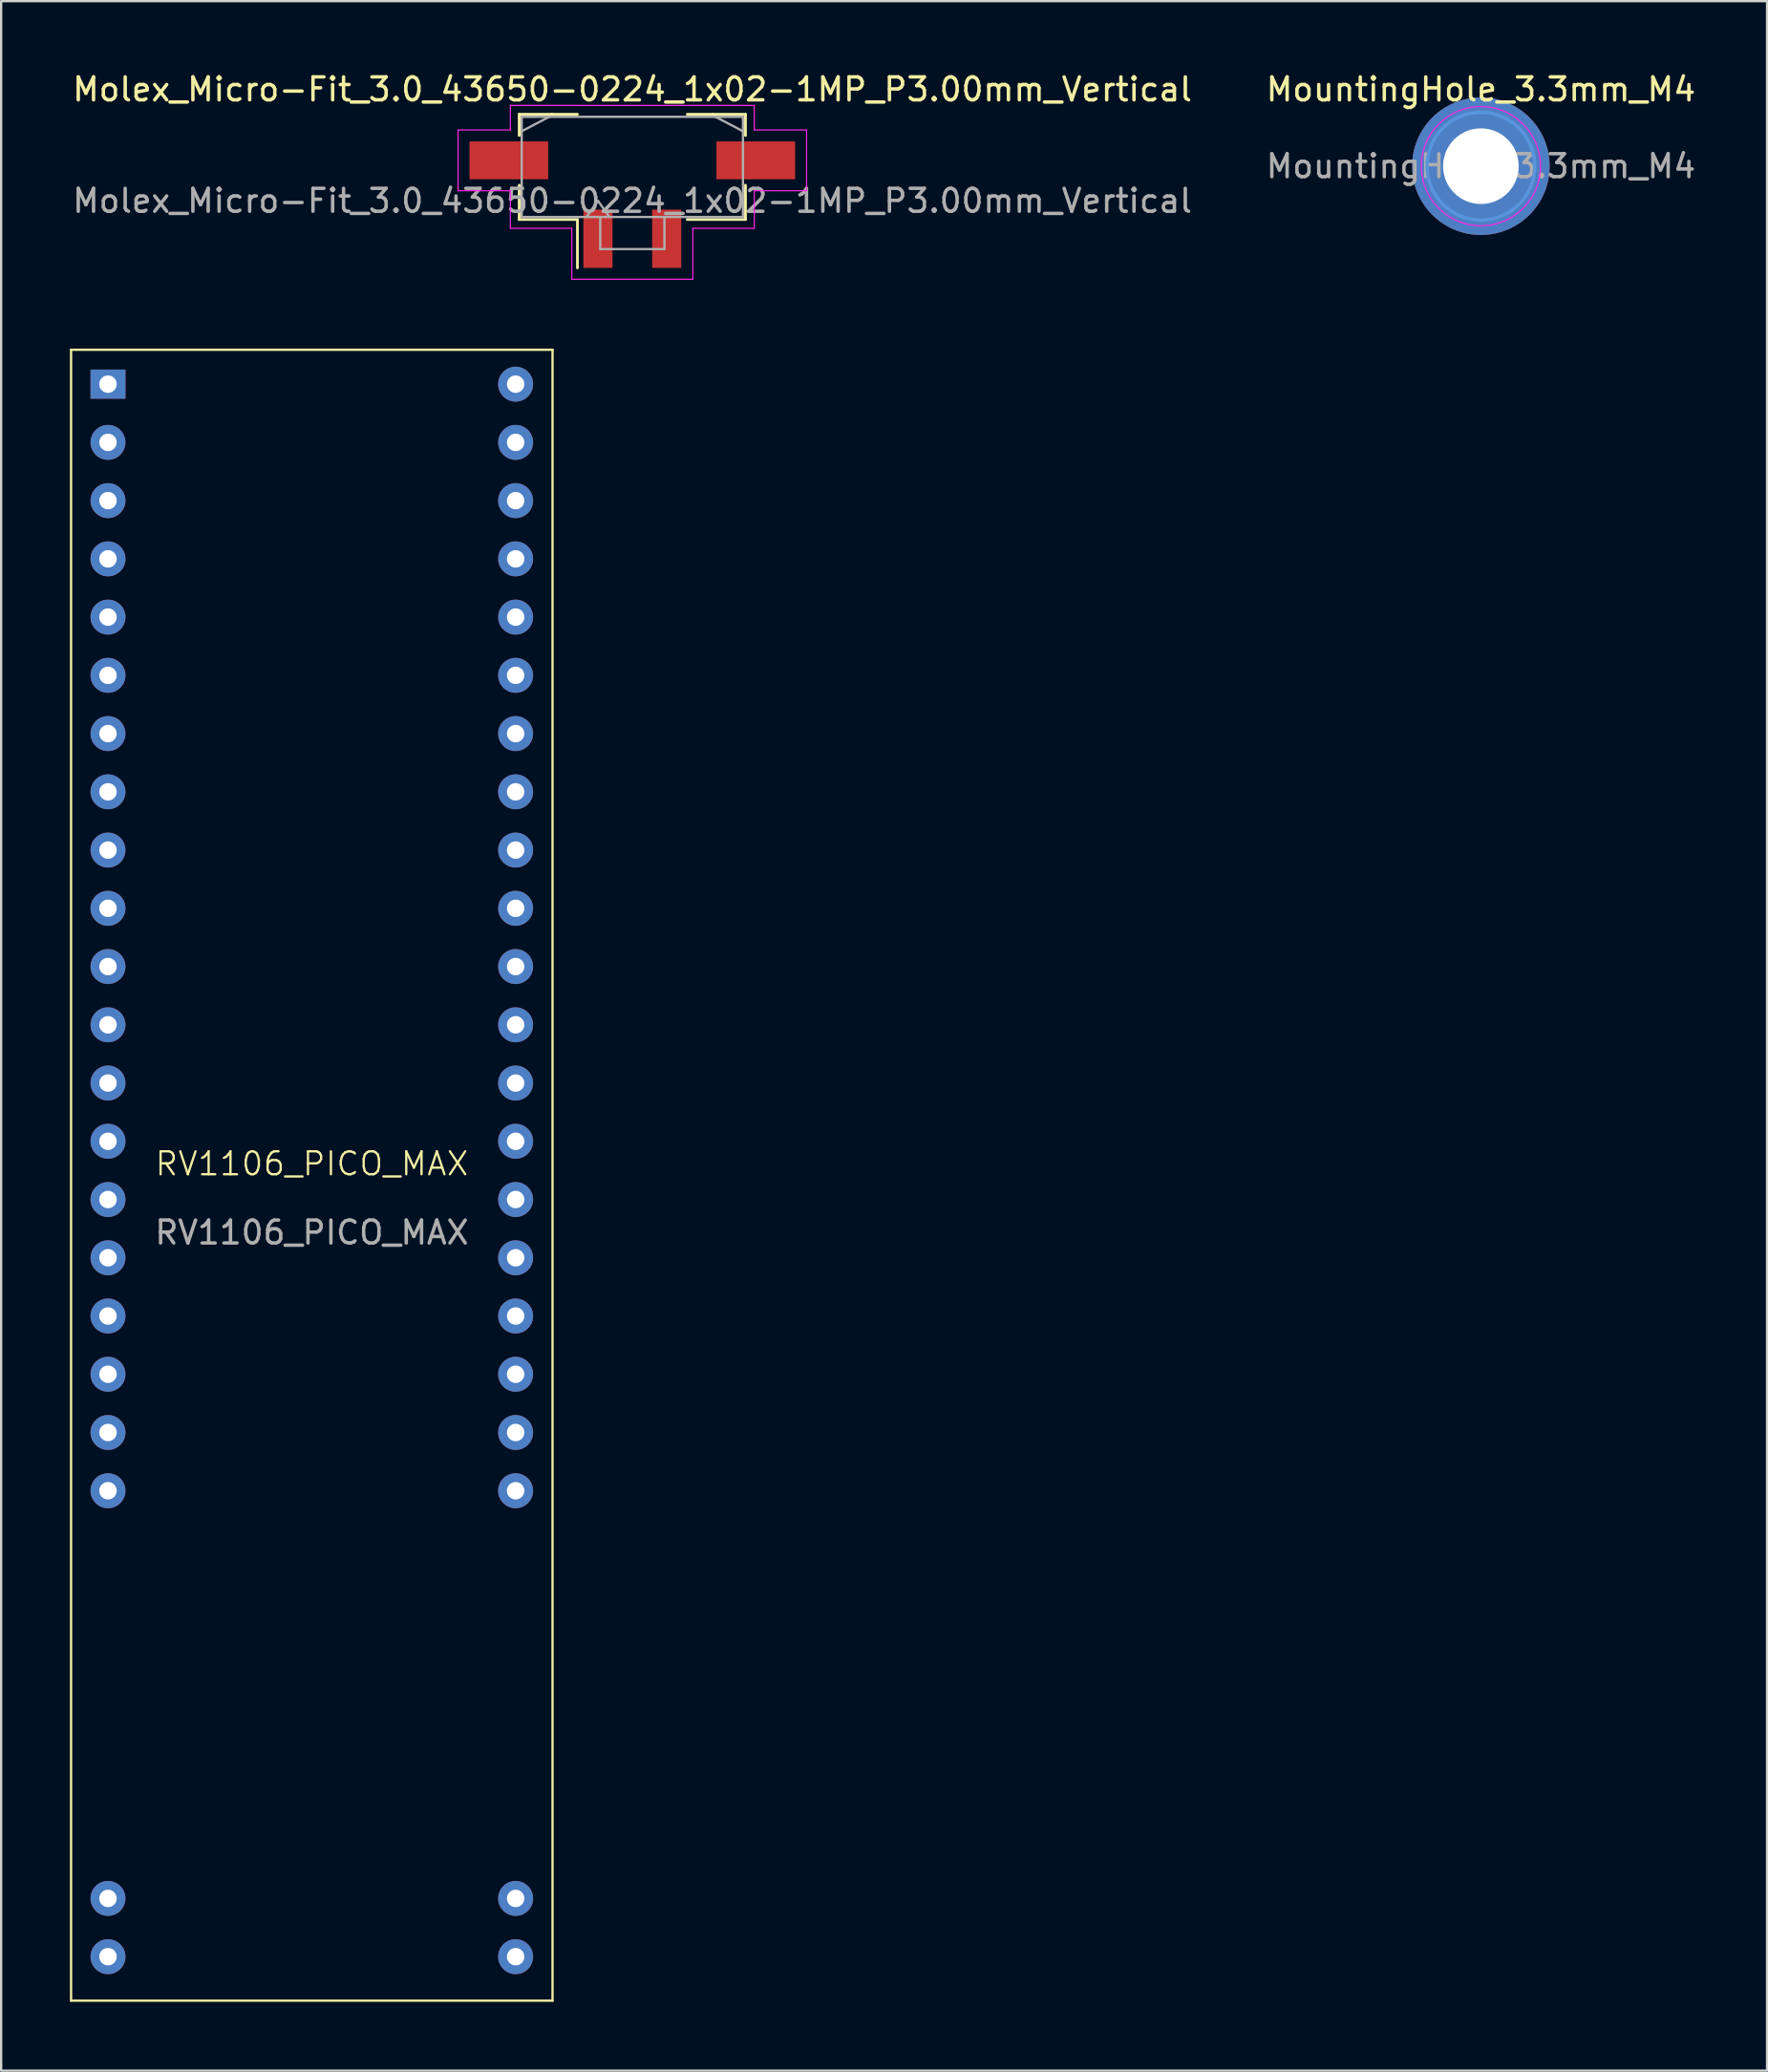
<source format=kicad_pcb>
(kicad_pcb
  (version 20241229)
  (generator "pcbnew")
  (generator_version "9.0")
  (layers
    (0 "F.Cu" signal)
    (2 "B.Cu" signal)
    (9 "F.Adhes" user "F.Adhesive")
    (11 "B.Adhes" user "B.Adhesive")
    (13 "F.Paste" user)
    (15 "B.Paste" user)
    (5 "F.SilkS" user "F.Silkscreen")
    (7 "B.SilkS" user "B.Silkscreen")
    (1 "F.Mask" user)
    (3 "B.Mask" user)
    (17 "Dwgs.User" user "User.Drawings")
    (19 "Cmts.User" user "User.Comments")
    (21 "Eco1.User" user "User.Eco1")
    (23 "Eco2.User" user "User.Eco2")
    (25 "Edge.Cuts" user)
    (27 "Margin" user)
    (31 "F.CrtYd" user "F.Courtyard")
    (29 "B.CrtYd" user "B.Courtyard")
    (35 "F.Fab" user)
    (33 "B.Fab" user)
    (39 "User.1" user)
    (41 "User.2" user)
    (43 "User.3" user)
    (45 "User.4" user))
  (footprint "Molex_Micro-Fit_3.0_43650-0224_1x02-1MP_P3.00mm_Vertical"
    (layer "F.Cu")
    (at 24.53 4.228)
    (property "Reference" "Molex_Micro-Fit_3.0_43650-0224_1x02-1MP_P3.00mm_Vertical" (at 0 -3.38 0) (layer "F.SilkS") (effects (font (size 1 1) (thickness 0.15))))
    (attr smd)
    (fp_line (start -4.935 -2.295) (end -3.515 -2.295) (stroke (width 0.12) (type solid)) (layer "F.SilkS"))
    (fp_line (start -4.935 -1.37) (end -4.935 -2.295) (stroke (width 0.12) (type solid)) (layer "F.SilkS"))
    (fp_line (start -4.935 0.8) (end -4.935 2.295) (stroke (width 0.12) (type solid)) (layer "F.SilkS"))
    (fp_line (start -4.935 2.295) (end -2.395 2.295) (stroke (width 0.12) (type solid)) (layer "F.SilkS"))
    (fp_line (start -3.515 -2.295) (end -3.515 -2.295) (stroke (width 0.12) (type solid)) (layer "F.SilkS"))
    (fp_line (start -3.515 -2.295) (end -2.395 -2.295) (stroke (width 0.12) (type solid)) (layer "F.SilkS"))
    (fp_line (start -2.395 2.295) (end -2.395 4.405) (stroke (width 0.12) (type solid)) (layer "F.SilkS"))
    (fp_line (start 3.515 -2.295) (end 2.395 -2.295) (stroke (width 0.12) (type solid)) (layer "F.SilkS"))
    (fp_line (start 3.515 -2.295) (end 3.515 -2.295) (stroke (width 0.12) (type solid)) (layer "F.SilkS"))
    (fp_line (start 4.935 -2.295) (end 3.515 -2.295) (stroke (width 0.12) (type solid)) (layer "F.SilkS"))
    (fp_line (start 4.935 -1.37) (end 4.935 -2.295) (stroke (width 0.12) (type solid)) (layer "F.SilkS"))
    (fp_line (start 4.935 0.8) (end 4.935 2.295) (stroke (width 0.12) (type solid)) (layer "F.SilkS"))
    (fp_line (start 4.935 2.295) (end 2.395 2.295) (stroke (width 0.12) (type solid)) (layer "F.SilkS"))
    (fp_line (start -7.6 -1.61) (end -7.6 1.04) (stroke (width 0.05) (type solid)) (layer "F.CrtYd"))
    (fp_line (start -7.6 1.04) (end -5.32 1.04) (stroke (width 0.05) (type solid)) (layer "F.CrtYd"))
    (fp_line (start -5.32 -2.68) (end -5.32 -1.61) (stroke (width 0.05) (type solid)) (layer "F.CrtYd"))
    (fp_line (start -5.32 -1.61) (end -7.6 -1.61) (stroke (width 0.05) (type solid)) (layer "F.CrtYd"))
    (fp_line (start -5.32 1.04) (end -5.32 2.68) (stroke (width 0.05) (type solid)) (layer "F.CrtYd"))
    (fp_line (start -5.32 2.68) (end -2.64 2.68) (stroke (width 0.05) (type solid)) (layer "F.CrtYd"))
    (fp_line (start -2.64 -2.68) (end -5.32 -2.68) (stroke (width 0.05) (type solid)) (layer "F.CrtYd"))
    (fp_line (start -2.64 2.68) (end -2.64 4.9) (stroke (width 0.05) (type solid)) (layer "F.CrtYd"))
    (fp_line (start -2.64 4.9) (end 0 4.9) (stroke (width 0.05) (type solid)) (layer "F.CrtYd"))
    (fp_line (start 0 -2.68) (end -2.64 -2.68) (stroke (width 0.05) (type solid)) (layer "F.CrtYd"))
    (fp_line (start 0 -2.68) (end 2.64 -2.68) (stroke (width 0.05) (type solid)) (layer "F.CrtYd"))
    (fp_line (start 2.64 -2.68) (end 5.32 -2.68) (stroke (width 0.05) (type solid)) (layer "F.CrtYd"))
    (fp_line (start 2.64 2.68) (end 2.64 4.9) (stroke (width 0.05) (type solid)) (layer "F.CrtYd"))
    (fp_line (start 2.64 4.9) (end 0 4.9) (stroke (width 0.05) (type solid)) (layer "F.CrtYd"))
    (fp_line (start 5.32 -2.68) (end 5.32 -1.61) (stroke (width 0.05) (type solid)) (layer "F.CrtYd"))
    (fp_line (start 5.32 -1.61) (end 7.6 -1.61) (stroke (width 0.05) (type solid)) (layer "F.CrtYd"))
    (fp_line (start 5.32 1.04) (end 5.32 2.68) (stroke (width 0.05) (type solid)) (layer "F.CrtYd"))
    (fp_line (start 5.32 2.68) (end 2.64 2.68) (stroke (width 0.05) (type solid)) (layer "F.CrtYd"))
    (fp_line (start 7.6 -1.61) (end 7.6 1.04) (stroke (width 0.05) (type solid)) (layer "F.CrtYd"))
    (fp_line (start 7.6 1.04) (end 5.32 1.04) (stroke (width 0.05) (type solid)) (layer "F.CrtYd"))
    (fp_line (start -4.825 -2.185) (end -4.825 2.185) (stroke (width 0.1) (type solid)) (layer "F.Fab"))
    (fp_line (start -4.825 -1.555) (end -3.625 -2.185) (stroke (width 0.1) (type solid)) (layer "F.Fab"))
    (fp_line (start -4.825 2.185) (end 4.825 2.185) (stroke (width 0.1) (type solid)) (layer "F.Fab"))
    (fp_line (start -3.625 -2.185) (end -4.825 -2.185) (stroke (width 0.1) (type solid)) (layer "F.Fab"))
    (fp_line (start -3.625 -2.185) (end -3.625 -2.185) (stroke (width 0.1) (type solid)) (layer "F.Fab"))
    (fp_line (start -2 2.185) (end -1.5 1.478) (stroke (width 0.1) (type solid)) (layer "F.Fab"))
    (fp_line (start -1.5 1.478) (end -1 2.185) (stroke (width 0.1) (type solid)) (layer "F.Fab"))
    (fp_line (start -1.4 2.185) (end -1.4 3.585) (stroke (width 0.1) (type solid)) (layer "F.Fab"))
    (fp_line (start -1.4 3.585) (end 1.4 3.585) (stroke (width 0.1) (type solid)) (layer "F.Fab"))
    (fp_line (start 1.4 3.585) (end 1.4 2.185) (stroke (width 0.1) (type solid)) (layer "F.Fab"))
    (fp_line (start 3.625 -2.185) (end -3.625 -2.185) (stroke (width 0.1) (type solid)) (layer "F.Fab"))
    (fp_line (start 3.625 -2.185) (end 3.625 -2.185) (stroke (width 0.1) (type solid)) (layer "F.Fab"))
    (fp_line (start 4.825 -2.185) (end 3.625 -2.185) (stroke (width 0.1) (type solid)) (layer "F.Fab"))
    (fp_line (start 4.825 -1.555) (end 3.625 -2.185) (stroke (width 0.1) (type solid)) (layer "F.Fab"))
    (fp_line (start 4.825 2.185) (end 4.825 -2.185) (stroke (width 0.1) (type solid)) (layer "F.Fab"))
    (fp_text user "${REFERENCE}" (at 0 1.48 0) (layer "F.Fab") (effects (font (size 1 1) (thickness 0.15))))
    (pad "1" smd rect (at -1.5 3.135) (size 1.27 2.54) (layers "F.Cu" "F.Mask" "F.Paste"))
    (pad "2" smd rect (at 1.5 3.135) (size 1.27 2.54) (layers "F.Cu" "F.Mask" "F.Paste"))
    (pad "MP1" smd rect (at -5.385 -0.285) (size 3.43 1.65) (layers "F.Cu" "F.Mask" "F.Paste"))
    (pad "MP2" smd rect (at 5.385 -0.285) (size 3.43 1.65) (layers "F.Cu" "F.Mask" "F.Paste")))
  (footprint "RV1106_PICO_MAX"
    (layer "F.Cu")
    (at 10.55 48.203)
    (property "Reference" "RV1106_PICO_MAX" (at 0 -0.5 0) (unlocked yes) (layer "F.SilkS") (effects (font (size 1 1) (thickness 0.1))))
    (attr smd)
    (fp_line (start -10.5 -36) (end 10.5 -36) (stroke (width 0.1) (type default)) (layer "F.SilkS"))
    (fp_line (start -10.5 36) (end -10.5 -36) (stroke (width 0.1) (type default)) (layer "F.SilkS"))
    (fp_line (start 10.5 -36) (end 10.5 36) (stroke (width 0.1) (type default)) (layer "F.SilkS"))
    (fp_line (start 10.5 36) (end -10.5 36) (stroke (width 0.1) (type default)) (layer "F.SilkS"))
    (fp_text user "${REFERENCE}" (at 0 2.5 0) (unlocked yes) (layer "F.Fab") (effects (font (size 1 1) (thickness 0.15))))
    (pad "" thru_hole circle (at -8.89 31.54) (size 1.524 1.524) (drill 0.762) (layers "*.Cu" "*.Mask"))
    (pad "" thru_hole circle (at -8.89 34.08) (size 1.524 1.524) (drill 0.762) (layers "*.Cu" "*.Mask"))
    (pad "" thru_hole circle (at 8.89 31.54) (size 1.524 1.524) (drill 0.762) (layers "*.Cu" "*.Mask"))
    (pad "" thru_hole circle (at 8.89 34.08) (size 1.524 1.524) (drill 0.762) (layers "*.Cu" "*.Mask"))
    (pad "1" thru_hole rect (at -8.89 -34.5) (size 1.524 1.27) (drill 0.762) (layers "*.Cu" "*.Mask"))
    (pad "2" thru_hole circle (at -8.89 -31.96) (size 1.524 1.524) (drill 0.762) (layers "*.Cu" "*.Mask"))
    (pad "3" thru_hole circle (at -8.89 -29.42) (size 1.524 1.524) (drill 0.762) (layers "*.Cu" "*.Mask"))
    (pad "4" thru_hole circle (at -8.89 -26.88) (size 1.524 1.524) (drill 0.762) (layers "*.Cu" "*.Mask"))
    (pad "5" thru_hole circle (at -8.89 -24.34) (size 1.524 1.524) (drill 0.762) (layers "*.Cu" "*.Mask"))
    (pad "6" thru_hole circle (at -8.89 -21.8) (size 1.524 1.524) (drill 0.762) (layers "*.Cu" "*.Mask"))
    (pad "7" thru_hole circle (at -8.89 -19.26) (size 1.524 1.524) (drill 0.762) (layers "*.Cu" "*.Mask"))
    (pad "8" thru_hole circle (at -8.89 -16.72) (size 1.524 1.524) (drill 0.762) (layers "*.Cu" "*.Mask"))
    (pad "9" thru_hole circle (at -8.89 -14.18) (size 1.524 1.524) (drill 0.762) (layers "*.Cu" "*.Mask"))
    (pad "10" thru_hole circle (at -8.89 -11.64) (size 1.524 1.524) (drill 0.762) (layers "*.Cu" "*.Mask"))
    (pad "11" thru_hole circle (at -8.89 -9.1) (size 1.524 1.524) (drill 0.762) (layers "*.Cu" "*.Mask"))
    (pad "12" thru_hole circle (at -8.89 -6.56) (size 1.524 1.524) (drill 0.762) (layers "*.Cu" "*.Mask"))
    (pad "13" thru_hole circle (at -8.89 -4.02) (size 1.524 1.524) (drill 0.762) (layers "*.Cu" "*.Mask"))
    (pad "14" thru_hole circle (at -8.89 -1.48) (size 1.524 1.524) (drill 0.762) (layers "*.Cu" "*.Mask"))
    (pad "15" thru_hole circle (at -8.89 1.06) (size 1.524 1.524) (drill 0.762) (layers "*.Cu" "*.Mask"))
    (pad "16" thru_hole circle (at -8.89 3.6) (size 1.524 1.524) (drill 0.762) (layers "*.Cu" "*.Mask"))
    (pad "17" thru_hole circle (at -8.89 6.14) (size 1.524 1.524) (drill 0.762) (layers "*.Cu" "*.Mask"))
    (pad "18" thru_hole circle (at -8.89 8.68) (size 1.524 1.524) (drill 0.762) (layers "*.Cu" "*.Mask"))
    (pad "19" thru_hole circle (at -8.89 11.22) (size 1.524 1.524) (drill 0.762) (layers "*.Cu" "*.Mask"))
    (pad "20" thru_hole circle (at -8.89 13.76) (size 1.524 1.524) (drill 0.762) (layers "*.Cu" "*.Mask"))
    (pad "21" thru_hole circle (at 8.89 13.76) (size 1.524 1.524) (drill 0.762) (layers "*.Cu" "*.Mask"))
    (pad "22" thru_hole circle (at 8.89 11.22) (size 1.524 1.524) (drill 0.762) (layers "*.Cu" "*.Mask"))
    (pad "23" thru_hole circle (at 8.89 8.68) (size 1.524 1.524) (drill 0.762) (layers "*.Cu" "*.Mask"))
    (pad "24" thru_hole circle (at 8.89 6.14) (size 1.524 1.524) (drill 0.762) (layers "*.Cu" "*.Mask"))
    (pad "25" thru_hole circle (at 8.89 3.6) (size 1.524 1.524) (drill 0.762) (layers "*.Cu" "*.Mask"))
    (pad "26" thru_hole circle (at 8.89 1.06) (size 1.524 1.524) (drill 0.762) (layers "*.Cu" "*.Mask"))
    (pad "27" thru_hole circle (at 8.89 -1.48) (size 1.524 1.524) (drill 0.762) (layers "*.Cu" "*.Mask"))
    (pad "28" thru_hole circle (at 8.89 -4.02) (size 1.524 1.524) (drill 0.762) (layers "*.Cu" "*.Mask"))
    (pad "29" thru_hole circle (at 8.89 -6.56) (size 1.524 1.524) (drill 0.762) (layers "*.Cu" "*.Mask"))
    (pad "30" thru_hole circle (at 8.89 -9.1) (size 1.524 1.524) (drill 0.762) (layers "*.Cu" "*.Mask"))
    (pad "31" thru_hole circle (at 8.89 -11.64) (size 1.524 1.524) (drill 0.762) (layers "*.Cu" "*.Mask"))
    (pad "32" thru_hole circle (at 8.89 -14.18) (size 1.524 1.524) (drill 0.762) (layers "*.Cu" "*.Mask"))
    (pad "33" thru_hole circle (at 8.89 -16.72) (size 1.524 1.524) (drill 0.762) (layers "*.Cu" "*.Mask"))
    (pad "34" thru_hole circle (at 8.89 -19.26) (size 1.524 1.524) (drill 0.762) (layers "*.Cu" "*.Mask"))
    (pad "35" thru_hole circle (at 8.89 -21.8) (size 1.524 1.524) (drill 0.762) (layers "*.Cu" "*.Mask"))
    (pad "36" thru_hole circle (at 8.89 -24.34) (size 1.524 1.524) (drill 0.762) (layers "*.Cu" "*.Mask"))
    (pad "37" thru_hole circle (at 8.89 -26.88) (size 1.524 1.524) (drill 0.762) (layers "*.Cu" "*.Mask"))
    (pad "38" thru_hole circle (at 8.89 -29.42) (size 1.524 1.524) (drill 0.762) (layers "*.Cu" "*.Mask"))
    (pad "39" thru_hole circle (at 8.89 -31.96) (size 1.524 1.524) (drill 0.762) (layers "*.Cu" "*.Mask"))
    (pad "40" thru_hole circle (at 8.89 -34.5) (size 1.524 1.524) (drill 0.762) (layers "*.Cu" "*.Mask"))
    (zone (net_name "") (layer "F.SilkS") (hatch edge 0.5) (connect_pads) (min_thickness 0.25) (filled_areas_thickness no) (keepout (tracks allowed) (vias allowed) (pads not_allowed) (copperpour allowed) (footprints not_allowed)) (placement (enabled no)) (fill) (polygon (pts (xy 0.05 12.203) (xy 21.05 12.203) (xy 21.05 84.203) (xy 0.05 84.203)))))
  (footprint "MountingHole_3.3mm_M4"
    (layer "F.Cu")
    (at 61.542 4.198)
    (property "Reference" "MountingHole_3.3mm_M4" (at 0 -3.35 0) (layer "F.SilkS") (effects (font (size 1 1) (thickness 0.15))))
    (attr exclude_from_pos_files exclude_from_bom)
    (fp_circle (center 0 0) (end 2.35 0) (stroke (width 0.15) (type solid)) (fill no) (layer "Cmts.User"))
    (fp_circle (center 0 0) (end 2.6 0) (stroke (width 0.05) (type solid)) (fill no) (layer "F.CrtYd"))
    (fp_text user "${REFERENCE}" (at 0 0 0) (layer "F.Fab") (effects (font (size 1 1) (thickness 0.15))))
    (pad "1" thru_hole circle (at 0 0) (size 6 6) (drill 3.3) (layers "*.Cu" "*.Mask")))
  (gr_rect
    (start -3 -3)
    (end 74.024 87.253)
    (stroke (width 0.1) (type default))
    (fill no)
    (layer "Edge.Cuts")))
</source>
